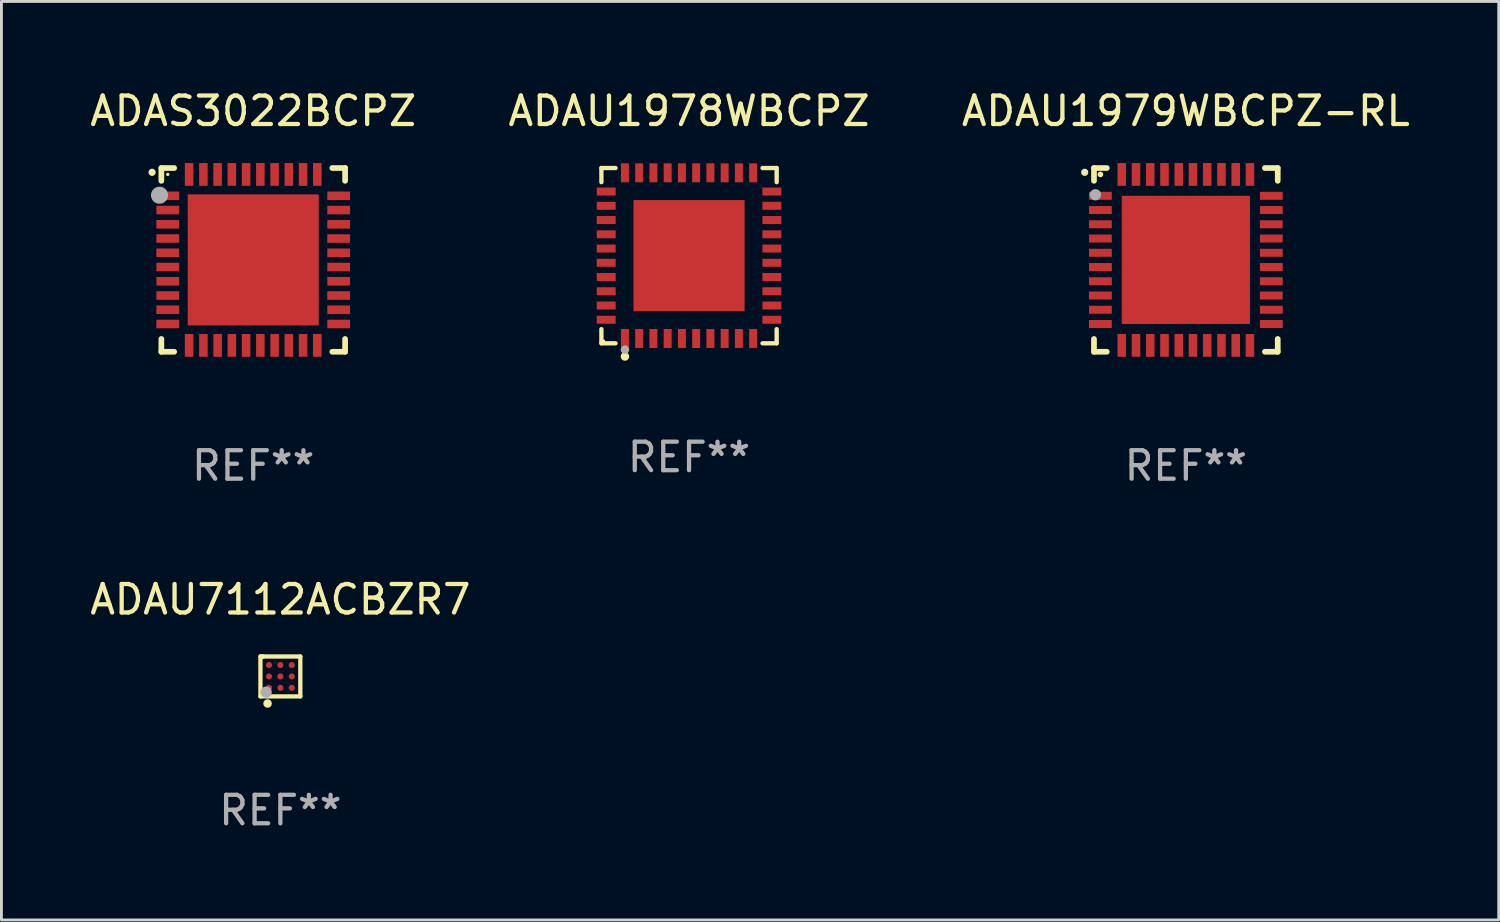
<source format=kicad_pcb>
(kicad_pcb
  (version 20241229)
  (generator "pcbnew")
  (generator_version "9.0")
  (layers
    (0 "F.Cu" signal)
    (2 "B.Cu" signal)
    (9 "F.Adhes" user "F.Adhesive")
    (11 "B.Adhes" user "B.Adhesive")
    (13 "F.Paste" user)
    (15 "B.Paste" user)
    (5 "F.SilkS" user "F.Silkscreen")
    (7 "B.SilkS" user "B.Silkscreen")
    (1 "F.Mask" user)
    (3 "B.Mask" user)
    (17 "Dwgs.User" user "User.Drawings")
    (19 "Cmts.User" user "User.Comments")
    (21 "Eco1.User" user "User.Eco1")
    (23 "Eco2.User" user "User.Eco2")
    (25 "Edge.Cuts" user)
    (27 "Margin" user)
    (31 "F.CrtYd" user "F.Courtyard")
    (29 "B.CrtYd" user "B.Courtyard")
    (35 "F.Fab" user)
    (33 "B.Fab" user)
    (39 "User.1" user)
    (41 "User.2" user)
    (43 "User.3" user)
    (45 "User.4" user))
  (footprint "ADAU7112ACBZR7"
    (layer "F.Cu")
    (at 6.792 20.695)
    (property "Reference" "ADAU7112ACBZR7" (at 0 -2.7 0) (layer "F.SilkS") (effects (font (size 1 1) (thickness 0.15))))
    (attr through_hole)
    (fp_line (start -0.7 -0.7) (end -0.6 -0.7) (stroke (width 0.15) (type solid)) (layer "F.SilkS"))
    (fp_line (start -0.7 0.7) (end -0.7 -0.7) (stroke (width 0.15) (type solid)) (layer "F.SilkS"))
    (fp_line (start -0.65 -0.7) (end 0.7 -0.7) (stroke (width 0.15) (type solid)) (layer "F.SilkS"))
    (fp_line (start 0.7 -0.7) (end 0.7 0.7) (stroke (width 0.15) (type solid)) (layer "F.SilkS"))
    (fp_line (start 0.7 0.7) (end -0.7 0.7) (stroke (width 0.15) (type solid)) (layer "F.SilkS"))
    (fp_circle (center -0.6 0.6) (end -0.57 0.6) (stroke (width 0.06) (type solid)) (fill no) (layer "F.SilkS"))
    (fp_circle (center -0.45 0.95) (end -0.375 0.95) (stroke (width 0.15) (type solid)) (fill no) (layer "F.SilkS"))
    (fp_circle (center -0.5 0.55) (end -0.4 0.55) (stroke (width 0.2) (type solid)) (fill no) (layer "F.Fab"))
    (fp_text user "REF**" (at 0 4.7 0) (layer "F.Fab") (effects (font (size 1 1) (thickness 0.15))))
    (pad "A1" smd circle (at -0.4 0.4) (size 0.215 0.215) (layers "F.Cu" "F.Mask" "F.Paste"))
    (pad "A2" smd circle (at -0.4 0.000127) (size 0.215 0.215) (layers "F.Cu" "F.Mask" "F.Paste"))
    (pad "A3" smd circle (at -0.4 -0.4) (size 0.215 0.215) (layers "F.Cu" "F.Mask" "F.Paste"))
    (pad "B1" smd circle (at 0.000127 0.4) (size 0.215 0.215) (layers "F.Cu" "F.Mask" "F.Paste"))
    (pad "B2" smd circle (at 0.000127 -0.000127) (size 0.215 0.215) (layers "F.Cu" "F.Mask" "F.Paste"))
    (pad "B3" smd circle (at 0.000127 -0.4) (size 0.215 0.215) (layers "F.Cu" "F.Mask" "F.Paste"))
    (pad "C1" smd circle (at 0.4 0.4) (size 0.215 0.215) (layers "F.Cu" "F.Mask" "F.Paste"))
    (pad "C2" smd circle (at 0.4 0.000127) (size 0.215 0.215) (layers "F.Cu" "F.Mask" "F.Paste"))
    (pad "C3" smd circle (at 0.4 -0.4) (size 0.215 0.215) (layers "F.Cu" "F.Mask" "F.Paste")))
  (footprint "ADAU1978WBCPZ"
    (layer "F.Cu")
    (at 21.137 5.924)
    (property "Reference" "ADAU1978WBCPZ" (at 0 -5.076 0) (layer "F.SilkS") (effects (font (size 1 1) (thickness 0.15))))
    (attr through_hole)
    (fp_line (start -3.076 -3.076) (end -2.58 -3.076) (stroke (width 0.152) (type solid)) (layer "F.SilkS"))
    (fp_line (start -3.076 -2.58) (end -3.076 -3.076) (stroke (width 0.152) (type solid)) (layer "F.SilkS"))
    (fp_line (start -3.076 2.58) (end -3.076 3.076) (stroke (width 0.152) (type solid)) (layer "F.SilkS"))
    (fp_line (start -3.076 3.076) (end -2.58 3.076) (stroke (width 0.152) (type solid)) (layer "F.SilkS"))
    (fp_line (start 3.076 -3.076) (end 2.58 -3.076) (stroke (width 0.152) (type solid)) (layer "F.SilkS"))
    (fp_line (start 3.076 -2.58) (end 3.076 -3.076) (stroke (width 0.152) (type solid)) (layer "F.SilkS"))
    (fp_line (start 3.076 2.58) (end 3.076 3.076) (stroke (width 0.152) (type solid)) (layer "F.SilkS"))
    (fp_line (start 3.076 3.076) (end 2.58 3.076) (stroke (width 0.152) (type solid)) (layer "F.SilkS"))
    (fp_circle (center -3 3) (end -2.97 3) (stroke (width 0.06) (type solid)) (fill no) (layer "F.SilkS"))
    (fp_circle (center -2.25 3.54) (end -2.175 3.54) (stroke (width 0.15) (type solid)) (fill no) (layer "F.SilkS"))
    (fp_circle (center -2.25 3.3) (end -2.175 3.3) (stroke (width 0.15) (type solid)) (fill no) (layer "F.Fab"))
    (fp_text user "REF**" (at 0 7.076 0) (layer "F.Fab") (effects (font (size 1 1) (thickness 0.15))))
    (pad "1" smd rect (at -2.25 2.908) (size 0.28 0.665) (layers "F.Cu" "F.Mask" "F.Paste"))
    (pad "2" smd rect (at -1.75 2.908) (size 0.28 0.665) (layers "F.Cu" "F.Mask" "F.Paste"))
    (pad "3" smd rect (at -1.25 2.908) (size 0.28 0.665) (layers "F.Cu" "F.Mask" "F.Paste"))
    (pad "4" smd rect (at -0.75 2.908) (size 0.28 0.665) (layers "F.Cu" "F.Mask" "F.Paste"))
    (pad "5" smd rect (at -0.25 2.908) (size 0.28 0.665) (layers "F.Cu" "F.Mask" "F.Paste"))
    (pad "6" smd rect (at 0.25 2.908) (size 0.28 0.665) (layers "F.Cu" "F.Mask" "F.Paste"))
    (pad "7" smd rect (at 0.75 2.908) (size 0.28 0.665) (layers "F.Cu" "F.Mask" "F.Paste"))
    (pad "8" smd rect (at 1.25 2.908) (size 0.28 0.665) (layers "F.Cu" "F.Mask" "F.Paste"))
    (pad "9" smd rect (at 1.75 2.908) (size 0.28 0.665) (layers "F.Cu" "F.Mask" "F.Paste"))
    (pad "10" smd rect (at 2.25 2.908) (size 0.28 0.665) (layers "F.Cu" "F.Mask" "F.Paste"))
    (pad "11" smd rect (at 2.908 2.25) (size 0.665 0.28) (layers "F.Cu" "F.Mask" "F.Paste"))
    (pad "12" smd rect (at 2.908 1.75) (size 0.665 0.28) (layers "F.Cu" "F.Mask" "F.Paste"))
    (pad "13" smd rect (at 2.908 1.25) (size 0.665 0.28) (layers "F.Cu" "F.Mask" "F.Paste"))
    (pad "14" smd rect (at 2.908 0.75) (size 0.665 0.28) (layers "F.Cu" "F.Mask" "F.Paste"))
    (pad "15" smd rect (at 2.908 0.25) (size 0.665 0.28) (layers "F.Cu" "F.Mask" "F.Paste"))
    (pad "16" smd rect (at 2.908 -0.25) (size 0.665 0.28) (layers "F.Cu" "F.Mask" "F.Paste"))
    (pad "17" smd rect (at 2.908 -0.75) (size 0.665 0.28) (layers "F.Cu" "F.Mask" "F.Paste"))
    (pad "18" smd rect (at 2.908 -1.25) (size 0.665 0.28) (layers "F.Cu" "F.Mask" "F.Paste"))
    (pad "19" smd rect (at 2.908 -1.75) (size 0.665 0.28) (layers "F.Cu" "F.Mask" "F.Paste"))
    (pad "20" smd rect (at 2.908 -2.25) (size 0.665 0.28) (layers "F.Cu" "F.Mask" "F.Paste"))
    (pad "21" smd rect (at 2.25 -2.908) (size 0.28 0.665) (layers "F.Cu" "F.Mask" "F.Paste"))
    (pad "22" smd rect (at 1.75 -2.908) (size 0.28 0.665) (layers "F.Cu" "F.Mask" "F.Paste"))
    (pad "23" smd rect (at 1.25 -2.908) (size 0.28 0.665) (layers "F.Cu" "F.Mask" "F.Paste"))
    (pad "24" smd rect (at 0.75 -2.908) (size 0.28 0.665) (layers "F.Cu" "F.Mask" "F.Paste"))
    (pad "25" smd rect (at 0.25 -2.908) (size 0.28 0.665) (layers "F.Cu" "F.Mask" "F.Paste"))
    (pad "26" smd rect (at -0.25 -2.908) (size 0.28 0.665) (layers "F.Cu" "F.Mask" "F.Paste"))
    (pad "27" smd rect (at -0.75 -2.908) (size 0.28 0.665) (layers "F.Cu" "F.Mask" "F.Paste"))
    (pad "28" smd rect (at -1.25 -2.908) (size 0.28 0.665) (layers "F.Cu" "F.Mask" "F.Paste"))
    (pad "29" smd rect (at -1.75 -2.908) (size 0.28 0.665) (layers "F.Cu" "F.Mask" "F.Paste"))
    (pad "30" smd rect (at -2.25 -2.908) (size 0.28 0.665) (layers "F.Cu" "F.Mask" "F.Paste"))
    (pad "31" smd rect (at -2.908 -2.25) (size 0.665 0.28) (layers "F.Cu" "F.Mask" "F.Paste"))
    (pad "32" smd rect (at -2.908 -1.75) (size 0.665 0.28) (layers "F.Cu" "F.Mask" "F.Paste"))
    (pad "33" smd rect (at -2.908 -1.25) (size 0.665 0.28) (layers "F.Cu" "F.Mask" "F.Paste"))
    (pad "34" smd rect (at -2.908 -0.75) (size 0.665 0.28) (layers "F.Cu" "F.Mask" "F.Paste"))
    (pad "35" smd rect (at -2.908 -0.25) (size 0.665 0.28) (layers "F.Cu" "F.Mask" "F.Paste"))
    (pad "36" smd rect (at -2.908 0.25) (size 0.665 0.28) (layers "F.Cu" "F.Mask" "F.Paste"))
    (pad "37" smd rect (at -2.908 0.75) (size 0.665 0.28) (layers "F.Cu" "F.Mask" "F.Paste"))
    (pad "38" smd rect (at -2.908 1.25) (size 0.665 0.28) (layers "F.Cu" "F.Mask" "F.Paste"))
    (pad "39" smd rect (at -2.908 1.75) (size 0.665 0.28) (layers "F.Cu" "F.Mask" "F.Paste"))
    (pad "40" smd rect (at -2.908 2.25) (size 0.665 0.28) (layers "F.Cu" "F.Mask" "F.Paste"))
    (pad "41" smd rect (at 0 0) (size 3.9 3.9) (layers "F.Cu" "F.Mask" "F.Paste")))
  (footprint "ADAS3022BCPZ"
    (layer "F.Cu")
    (at 5.839 6.073)
    (property "Reference" "ADAS3022BCPZ" (at 0 -5.225 0) (layer "F.SilkS") (effects (font (size 1 1) (thickness 0.15))))
    (attr through_hole)
    (fp_line (start -3.225 -3.225) (end -2.775 -3.225) (stroke (width 0.2) (type solid)) (layer "F.SilkS"))
    (fp_line (start -3.225 -2.775) (end -3.225 -3.225) (stroke (width 0.2) (type solid)) (layer "F.SilkS"))
    (fp_line (start -3.225 2.775) (end -3.225 3.225) (stroke (width 0.2) (type solid)) (layer "F.SilkS"))
    (fp_line (start -3.225 3.225) (end -2.775 3.225) (stroke (width 0.2) (type solid)) (layer "F.SilkS"))
    (fp_line (start 2.775 -3.225) (end 3.225 -3.225) (stroke (width 0.2) (type solid)) (layer "F.SilkS"))
    (fp_line (start 2.775 3.225) (end 3.225 3.225) (stroke (width 0.2) (type solid)) (layer "F.SilkS"))
    (fp_line (start 3.225 -3.225) (end 3.225 -2.775) (stroke (width 0.2) (type solid)) (layer "F.SilkS"))
    (fp_line (start 3.225 3.225) (end 3.225 2.775) (stroke (width 0.2) (type solid)) (layer "F.SilkS"))
    (fp_arc (start -3.55094 -3.073406) (mid -3.550946 -3.074676) (end -3.55094 -3.075946) (stroke (width 0.25) (type solid)) (layer "F.SilkS"))
    (fp_circle (center -3 -3) (end -2.97 -3) (stroke (width 0.06) (type solid)) (fill no) (layer "F.SilkS"))
    (fp_circle (center -3.29 -2.27) (end -3.14 -2.27) (stroke (width 0.3) (type solid)) (fill no) (layer "F.Fab"))
    (fp_text user "REF**" (at 0 7.225 0) (layer "F.Fab") (effects (font (size 1 1) (thickness 0.15))))
    (pad "1" smd rect (at -3 -2.25) (size 0.8 0.3) (layers "F.Cu" "F.Mask" "F.Paste"))
    (pad "2" smd rect (at -3 -1.75) (size 0.8 0.3) (layers "F.Cu" "F.Mask" "F.Paste"))
    (pad "3" smd rect (at -3 -1.25) (size 0.8 0.3) (layers "F.Cu" "F.Mask" "F.Paste"))
    (pad "4" smd rect (at -3 -0.75) (size 0.8 0.3) (layers "F.Cu" "F.Mask" "F.Paste"))
    (pad "5" smd rect (at -3 -0.25) (size 0.8 0.3) (layers "F.Cu" "F.Mask" "F.Paste"))
    (pad "6" smd rect (at -3 0.25) (size 0.8 0.3) (layers "F.Cu" "F.Mask" "F.Paste"))
    (pad "7" smd rect (at -3 0.75) (size 0.8 0.3) (layers "F.Cu" "F.Mask" "F.Paste"))
    (pad "8" smd rect (at -3 1.25) (size 0.8 0.3) (layers "F.Cu" "F.Mask" "F.Paste"))
    (pad "9" smd rect (at -3 1.75) (size 0.8 0.3) (layers "F.Cu" "F.Mask" "F.Paste"))
    (pad "10" smd rect (at -3 2.25) (size 0.8 0.3) (layers "F.Cu" "F.Mask" "F.Paste"))
    (pad "11" smd rect (at -2.25 3) (size 0.3 0.8) (layers "F.Cu" "F.Mask" "F.Paste"))
    (pad "12" smd rect (at -1.75 3) (size 0.3 0.8) (layers "F.Cu" "F.Mask" "F.Paste"))
    (pad "13" smd rect (at -1.25 3) (size 0.3 0.8) (layers "F.Cu" "F.Mask" "F.Paste"))
    (pad "14" smd rect (at -0.75 3) (size 0.3 0.8) (layers "F.Cu" "F.Mask" "F.Paste"))
    (pad "15" smd rect (at -0.25 3) (size 0.3 0.8) (layers "F.Cu" "F.Mask" "F.Paste"))
    (pad "16" smd rect (at 0.25 3) (size 0.3 0.8) (layers "F.Cu" "F.Mask" "F.Paste"))
    (pad "17" smd rect (at 0.75 3) (size 0.3 0.8) (layers "F.Cu" "F.Mask" "F.Paste"))
    (pad "18" smd rect (at 1.25 3) (size 0.3 0.8) (layers "F.Cu" "F.Mask" "F.Paste"))
    (pad "19" smd rect (at 1.75 3) (size 0.3 0.8) (layers "F.Cu" "F.Mask" "F.Paste"))
    (pad "20" smd rect (at 2.25 3) (size 0.3 0.8) (layers "F.Cu" "F.Mask" "F.Paste"))
    (pad "21" smd rect (at 3 2.25) (size 0.8 0.3) (layers "F.Cu" "F.Mask" "F.Paste"))
    (pad "22" smd rect (at 3 1.75) (size 0.8 0.3) (layers "F.Cu" "F.Mask" "F.Paste"))
    (pad "23" smd rect (at 3 1.25) (size 0.8 0.3) (layers "F.Cu" "F.Mask" "F.Paste"))
    (pad "24" smd rect (at 3 0.75) (size 0.8 0.3) (layers "F.Cu" "F.Mask" "F.Paste"))
    (pad "25" smd rect (at 3 0.25) (size 0.8 0.3) (layers "F.Cu" "F.Mask" "F.Paste"))
    (pad "26" smd rect (at 3 -0.25) (size 0.8 0.3) (layers "F.Cu" "F.Mask" "F.Paste"))
    (pad "27" smd rect (at 3 -0.75) (size 0.8 0.3) (layers "F.Cu" "F.Mask" "F.Paste"))
    (pad "28" smd rect (at 3 -1.25) (size 0.8 0.3) (layers "F.Cu" "F.Mask" "F.Paste"))
    (pad "29" smd rect (at 3 -1.75) (size 0.8 0.3) (layers "F.Cu" "F.Mask" "F.Paste"))
    (pad "30" smd rect (at 3 -2.25) (size 0.8 0.3) (layers "F.Cu" "F.Mask" "F.Paste"))
    (pad "31" smd rect (at 2.25 -3) (size 0.3 0.8) (layers "F.Cu" "F.Mask" "F.Paste"))
    (pad "32" smd rect (at 1.75 -3) (size 0.3 0.8) (layers "F.Cu" "F.Mask" "F.Paste"))
    (pad "33" smd rect (at 1.25 -3) (size 0.3 0.8) (layers "F.Cu" "F.Mask" "F.Paste"))
    (pad "34" smd rect (at 0.75 -3) (size 0.3 0.8) (layers "F.Cu" "F.Mask" "F.Paste"))
    (pad "35" smd rect (at 0.25 -3) (size 0.3 0.8) (layers "F.Cu" "F.Mask" "F.Paste"))
    (pad "36" smd rect (at -0.25 -3) (size 0.3 0.8) (layers "F.Cu" "F.Mask" "F.Paste"))
    (pad "37" smd rect (at -0.75 -3) (size 0.3 0.8) (layers "F.Cu" "F.Mask" "F.Paste"))
    (pad "38" smd rect (at -1.25 -3) (size 0.3 0.8) (layers "F.Cu" "F.Mask" "F.Paste"))
    (pad "39" smd rect (at -1.75 -3) (size 0.3 0.8) (layers "F.Cu" "F.Mask" "F.Paste"))
    (pad "40" smd rect (at -2.25 -3) (size 0.3 0.8) (layers "F.Cu" "F.Mask" "F.Paste"))
    (pad "41" smd rect (at -0.000013 0) (size 4.6 4.6) (layers "F.Cu" "F.Mask" "F.Paste")))
  (footprint "ADAU1979WBCPZ-RL"
    (layer "F.Cu")
    (at 38.577 6.073)
    (property "Reference" "ADAU1979WBCPZ-RL" (at 0 -5.225 0) (layer "F.SilkS") (effects (font (size 1 1) (thickness 0.15))))
    (attr through_hole)
    (fp_line (start -3.225 -3.225) (end -2.775 -3.225) (stroke (width 0.2) (type solid)) (layer "F.SilkS"))
    (fp_line (start -3.225 -2.775) (end -3.225 -3.225) (stroke (width 0.2) (type solid)) (layer "F.SilkS"))
    (fp_line (start -3.225 2.775) (end -3.225 3.225) (stroke (width 0.2) (type solid)) (layer "F.SilkS"))
    (fp_line (start -3.225 3.225) (end -2.775 3.225) (stroke (width 0.2) (type solid)) (layer "F.SilkS"))
    (fp_line (start 2.775 -3.225) (end 3.225 -3.225) (stroke (width 0.2) (type solid)) (layer "F.SilkS"))
    (fp_line (start 2.775 3.225) (end 3.225 3.225) (stroke (width 0.2) (type solid)) (layer "F.SilkS"))
    (fp_line (start 3.225 -3.225) (end 3.225 -2.775) (stroke (width 0.2) (type solid)) (layer "F.SilkS"))
    (fp_line (start 3.225 3.225) (end 3.225 2.775) (stroke (width 0.2) (type solid)) (layer "F.SilkS"))
    (fp_arc (start -3.55094 -3.073406) (mid -3.550946 -3.074676) (end -3.55094 -3.075946) (stroke (width 0.25) (type solid)) (layer "F.SilkS"))
    (fp_circle (center -3 -3) (end -2.95 -3) (stroke (width 0.1) (type solid)) (fill no) (layer "F.SilkS"))
    (fp_circle (center -3.175 -2.286) (end -3.075 -2.286) (stroke (width 0.2) (type solid)) (fill no) (layer "F.Fab"))
    (fp_text user "REF**" (at 0 7.225 0) (layer "F.Fab") (effects (font (size 1 1) (thickness 0.15))))
    (pad "1" smd rect (at -3 -2.25) (size 0.8 0.28) (layers "F.Cu" "F.Mask" "F.Paste"))
    (pad "2" smd rect (at -3 -1.75) (size 0.8 0.28) (layers "F.Cu" "F.Mask" "F.Paste"))
    (pad "3" smd rect (at -3 -1.25) (size 0.8 0.28) (layers "F.Cu" "F.Mask" "F.Paste"))
    (pad "4" smd rect (at -3 -0.75) (size 0.8 0.28) (layers "F.Cu" "F.Mask" "F.Paste"))
    (pad "5" smd rect (at -3 -0.25) (size 0.8 0.28) (layers "F.Cu" "F.Mask" "F.Paste"))
    (pad "6" smd rect (at -3 0.25) (size 0.8 0.28) (layers "F.Cu" "F.Mask" "F.Paste"))
    (pad "7" smd rect (at -3 0.75) (size 0.8 0.28) (layers "F.Cu" "F.Mask" "F.Paste"))
    (pad "8" smd rect (at -3 1.25) (size 0.8 0.28) (layers "F.Cu" "F.Mask" "F.Paste"))
    (pad "9" smd rect (at -3 1.75) (size 0.8 0.28) (layers "F.Cu" "F.Mask" "F.Paste"))
    (pad "10" smd rect (at -3 2.25) (size 0.8 0.28) (layers "F.Cu" "F.Mask" "F.Paste"))
    (pad "11" smd rect (at -2.25 3) (size 0.3 0.8) (layers "F.Cu" "F.Mask" "F.Paste"))
    (pad "12" smd rect (at -1.75 3) (size 0.3 0.8) (layers "F.Cu" "F.Mask" "F.Paste"))
    (pad "13" smd rect (at -1.25 3) (size 0.3 0.8) (layers "F.Cu" "F.Mask" "F.Paste"))
    (pad "14" smd rect (at -0.75 3) (size 0.3 0.8) (layers "F.Cu" "F.Mask" "F.Paste"))
    (pad "15" smd rect (at -0.25 3) (size 0.3 0.8) (layers "F.Cu" "F.Mask" "F.Paste"))
    (pad "16" smd rect (at 0.25 3) (size 0.3 0.8) (layers "F.Cu" "F.Mask" "F.Paste"))
    (pad "17" smd rect (at 0.75 3) (size 0.3 0.8) (layers "F.Cu" "F.Mask" "F.Paste"))
    (pad "18" smd rect (at 1.25 3) (size 0.3 0.8) (layers "F.Cu" "F.Mask" "F.Paste"))
    (pad "19" smd rect (at 1.75 3) (size 0.3 0.8) (layers "F.Cu" "F.Mask" "F.Paste"))
    (pad "20" smd rect (at 2.25 3) (size 0.3 0.8) (layers "F.Cu" "F.Mask" "F.Paste"))
    (pad "21" smd rect (at 3 2.25) (size 0.8 0.28) (layers "F.Cu" "F.Mask" "F.Paste"))
    (pad "22" smd rect (at 3 1.75) (size 0.8 0.28) (layers "F.Cu" "F.Mask" "F.Paste"))
    (pad "23" smd rect (at 3 1.25) (size 0.8 0.28) (layers "F.Cu" "F.Mask" "F.Paste"))
    (pad "24" smd rect (at 3 0.75) (size 0.8 0.28) (layers "F.Cu" "F.Mask" "F.Paste"))
    (pad "25" smd rect (at 3 0.25) (size 0.8 0.28) (layers "F.Cu" "F.Mask" "F.Paste"))
    (pad "26" smd rect (at 3 -0.25) (size 0.8 0.28) (layers "F.Cu" "F.Mask" "F.Paste"))
    (pad "27" smd rect (at 3 -0.75) (size 0.8 0.28) (layers "F.Cu" "F.Mask" "F.Paste"))
    (pad "28" smd rect (at 3 -1.25) (size 0.8 0.28) (layers "F.Cu" "F.Mask" "F.Paste"))
    (pad "29" smd rect (at 3 -1.75) (size 0.8 0.28) (layers "F.Cu" "F.Mask" "F.Paste"))
    (pad "30" smd rect (at 3 -2.25) (size 0.8 0.28) (layers "F.Cu" "F.Mask" "F.Paste"))
    (pad "31" smd rect (at 2.25 -3) (size 0.3 0.8) (layers "F.Cu" "F.Mask" "F.Paste"))
    (pad "32" smd rect (at 1.75 -3) (size 0.3 0.8) (layers "F.Cu" "F.Mask" "F.Paste"))
    (pad "33" smd rect (at 1.25 -3) (size 0.3 0.8) (layers "F.Cu" "F.Mask" "F.Paste"))
    (pad "34" smd rect (at 0.75 -3) (size 0.3 0.8) (layers "F.Cu" "F.Mask" "F.Paste"))
    (pad "35" smd rect (at 0.25 -3) (size 0.3 0.8) (layers "F.Cu" "F.Mask" "F.Paste"))
    (pad "36" smd rect (at -0.25 -3) (size 0.3 0.8) (layers "F.Cu" "F.Mask" "F.Paste"))
    (pad "37" smd rect (at -0.75 -3) (size 0.3 0.8) (layers "F.Cu" "F.Mask" "F.Paste"))
    (pad "38" smd rect (at -1.25 -3) (size 0.3 0.8) (layers "F.Cu" "F.Mask" "F.Paste"))
    (pad "39" smd rect (at -1.75 -3) (size 0.3 0.8) (layers "F.Cu" "F.Mask" "F.Paste"))
    (pad "40" smd rect (at -2.25 -3) (size 0.3 0.8) (layers "F.Cu" "F.Mask" "F.Paste"))
    (pad "41" smd rect (at -0.000013 0) (size 4.5 4.5) (layers "F.Cu" "F.Mask" "F.Paste")))
  (gr_rect
    (start -3 -3)
    (end 49.56 29.243)
    (stroke (width 0.1) (type default))
    (fill no)
    (layer "Edge.Cuts")))
</source>
